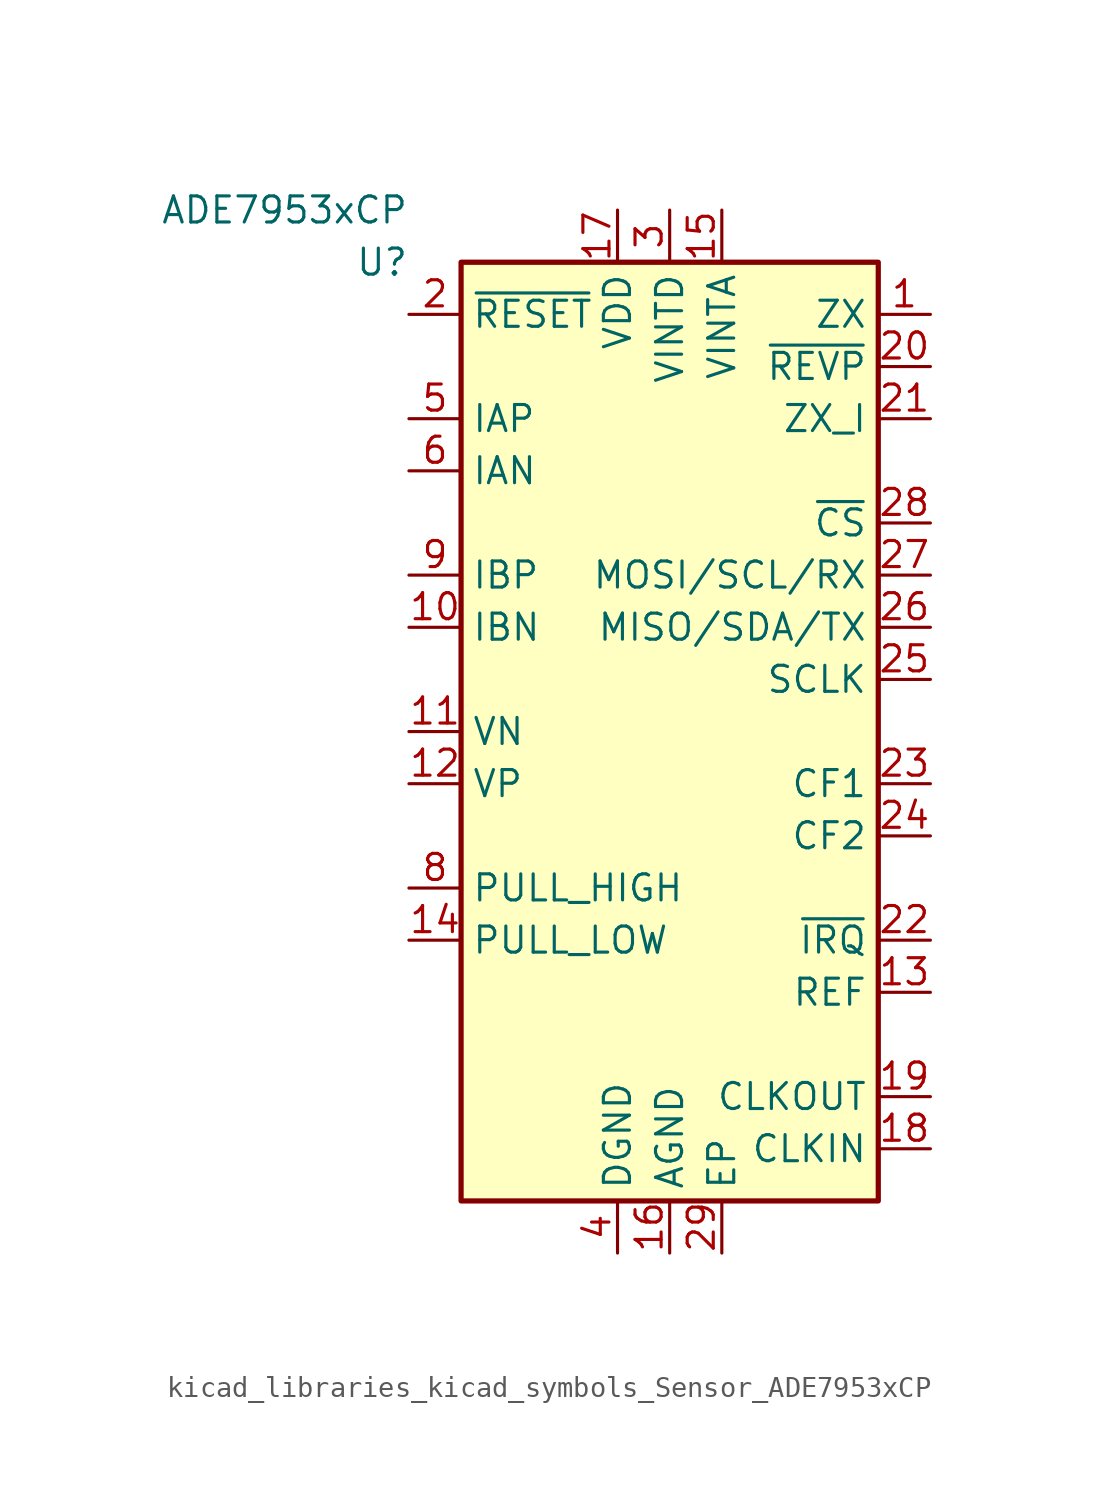
<source format=kicad_sym>
(kicad_symbol_lib
  (version 20220914)
  (generator kicad_symbol_editor)
  (symbol "kicad_libraries_kicad_symbols_Sensor_ADE7953xCP"
    (property "Reference" "U"
      (at -12.7 22.86 0)
      (effects (font (size 1.27 1.27)) (justify right)))
    (property "Value" "ADE7953xCP"
      (at -12.7 25.4 0)
      (effects (font (size 1.27 1.27)) (justify right)))
    (symbol "kicad_libraries_kicad_symbols_Sensor_ADE7953xCP_0_1"
      (rectangle (start 10.16 -22.86) (end -10.16 22.86) (stroke (width 0.254) (type default)) (fill (type background))))
    (symbol "kicad_libraries_kicad_symbols_Sensor_ADE7953xCP_1_1"
      (pin output line (at 12.7 20.32 180) (length 2.54) (name "ZX" (effects (font (size 1.27 1.27)))) (number "1" (effects (font (size 1.27 1.27)))))
      (pin input line (at -12.7 5.08 0) (length 2.54) (name "IBN" (effects (font (size 1.27 1.27)))) (number "10" (effects (font (size 1.27 1.27)))))
      (pin input line (at -12.7 0 0) (length 2.54) (name "VN" (effects (font (size 1.27 1.27)))) (number "11" (effects (font (size 1.27 1.27)))))
      (pin input line (at -12.7 -2.54 0) (length 2.54) (name "VP" (effects (font (size 1.27 1.27)))) (number "12" (effects (font (size 1.27 1.27)))))
      (pin input line (at 12.7 -12.7 180) (length 2.54) (name "REF" (effects (font (size 1.27 1.27)))) (number "13" (effects (font (size 1.27 1.27)))))
      (pin input line (at -12.7 -10.16 0) (length 2.54) (name "PULL_LOW" (effects (font (size 1.27 1.27)))) (number "14" (effects (font (size 1.27 1.27)))))
      (pin power_out line (at 2.54 25.4 270) (length 2.54) (name "VINTA" (effects (font (size 1.27 1.27)))) (number "15" (effects (font (size 1.27 1.27)))))
      (pin power_in line (at 0 -25.4 90) (length 2.54) (name "AGND" (effects (font (size 1.27 1.27)))) (number "16" (effects (font (size 1.27 1.27)))))
      (pin power_in line (at -2.54 25.4 270) (length 2.54) (name "VDD" (effects (font (size 1.27 1.27)))) (number "17" (effects (font (size 1.27 1.27)))))
      (pin input line (at 12.7 -20.32 180) (length 2.54) (name "CLKIN" (effects (font (size 1.27 1.27)))) (number "18" (effects (font (size 1.27 1.27)))))
      (pin output line (at 12.7 -17.78 180) (length 2.54) (name "CLKOUT" (effects (font (size 1.27 1.27)))) (number "19" (effects (font (size 1.27 1.27)))))
      (pin input line (at -12.7 20.32 0) (length 2.54) (name "~{RESET}" (effects (font (size 1.27 1.27)))) (number "2" (effects (font (size 1.27 1.27)))))
      (pin output line (at 12.7 17.78 180) (length 2.54) (name "~{REVP}" (effects (font (size 1.27 1.27)))) (number "20" (effects (font (size 1.27 1.27)))))
      (pin output line (at 12.7 15.24 180) (length 2.54) (name "ZX_I" (effects (font (size 1.27 1.27)))) (number "21" (effects (font (size 1.27 1.27)))))
      (pin open_collector line (at 12.7 -10.16 180) (length 2.54) (name "~{IRQ}" (effects (font (size 1.27 1.27)))) (number "22" (effects (font (size 1.27 1.27)))))
      (pin output line (at 12.7 -2.54 180) (length 2.54) (name "CF1" (effects (font (size 1.27 1.27)))) (number "23" (effects (font (size 1.27 1.27)))))
      (pin output line (at 12.7 -5.08 180) (length 2.54) (name "CF2" (effects (font (size 1.27 1.27)))) (number "24" (effects (font (size 1.27 1.27)))))
      (pin input line (at 12.7 2.54 180) (length 2.54) (name "SCLK" (effects (font (size 1.27 1.27)))) (number "25" (effects (font (size 1.27 1.27)))))
      (pin bidirectional line (at 12.7 5.08 180) (length 2.54) (name "MISO/SDA/TX" (effects (font (size 1.27 1.27)))) (number "26" (effects (font (size 1.27 1.27)))))
      (pin input line (at 12.7 7.62 180) (length 2.54) (name "MOSI/SCL/RX" (effects (font (size 1.27 1.27)))) (number "27" (effects (font (size 1.27 1.27)))))
      (pin input line (at 12.7 10.16 180) (length 2.54) (name "~{CS}" (effects (font (size 1.27 1.27)))) (number "28" (effects (font (size 1.27 1.27)))))
      (pin passive line (at 2.54 -25.4 90) (length 2.54) (name "EP" (effects (font (size 1.27 1.27)))) (number "29" (effects (font (size 1.27 1.27)))))
      (pin power_out line (at 0 25.4 270) (length 2.54) (name "VINTD" (effects (font (size 1.27 1.27)))) (number "3" (effects (font (size 1.27 1.27)))))
      (pin power_in line (at -2.54 -25.4 90) (length 2.54) (name "DGND" (effects (font (size 1.27 1.27)))) (number "4" (effects (font (size 1.27 1.27)))))
      (pin input line (at -12.7 15.24 0) (length 2.54) (name "IAP" (effects (font (size 1.27 1.27)))) (number "5" (effects (font (size 1.27 1.27)))))
      (pin input line (at -12.7 12.7 0) (length 2.54) (name "IAN" (effects (font (size 1.27 1.27)))) (number "6" (effects (font (size 1.27 1.27)))))
      (pin input line (at -12.7 -7.62 0) (length 2.54) hide (name "PULL_HIGH" (effects (font (size 1.27 1.27)))) (number "7" (effects (font (size 1.27 1.27)))))
      (pin input line (at -12.7 -7.62 0) (length 2.54) (name "PULL_HIGH" (effects (font (size 1.27 1.27)))) (number "8" (effects (font (size 1.27 1.27)))))
      (pin input line (at -12.7 7.62 0) (length 2.54) (name "IBP" (effects (font (size 1.27 1.27)))) (number "9" (effects (font (size 1.27 1.27))))))))
</source>
